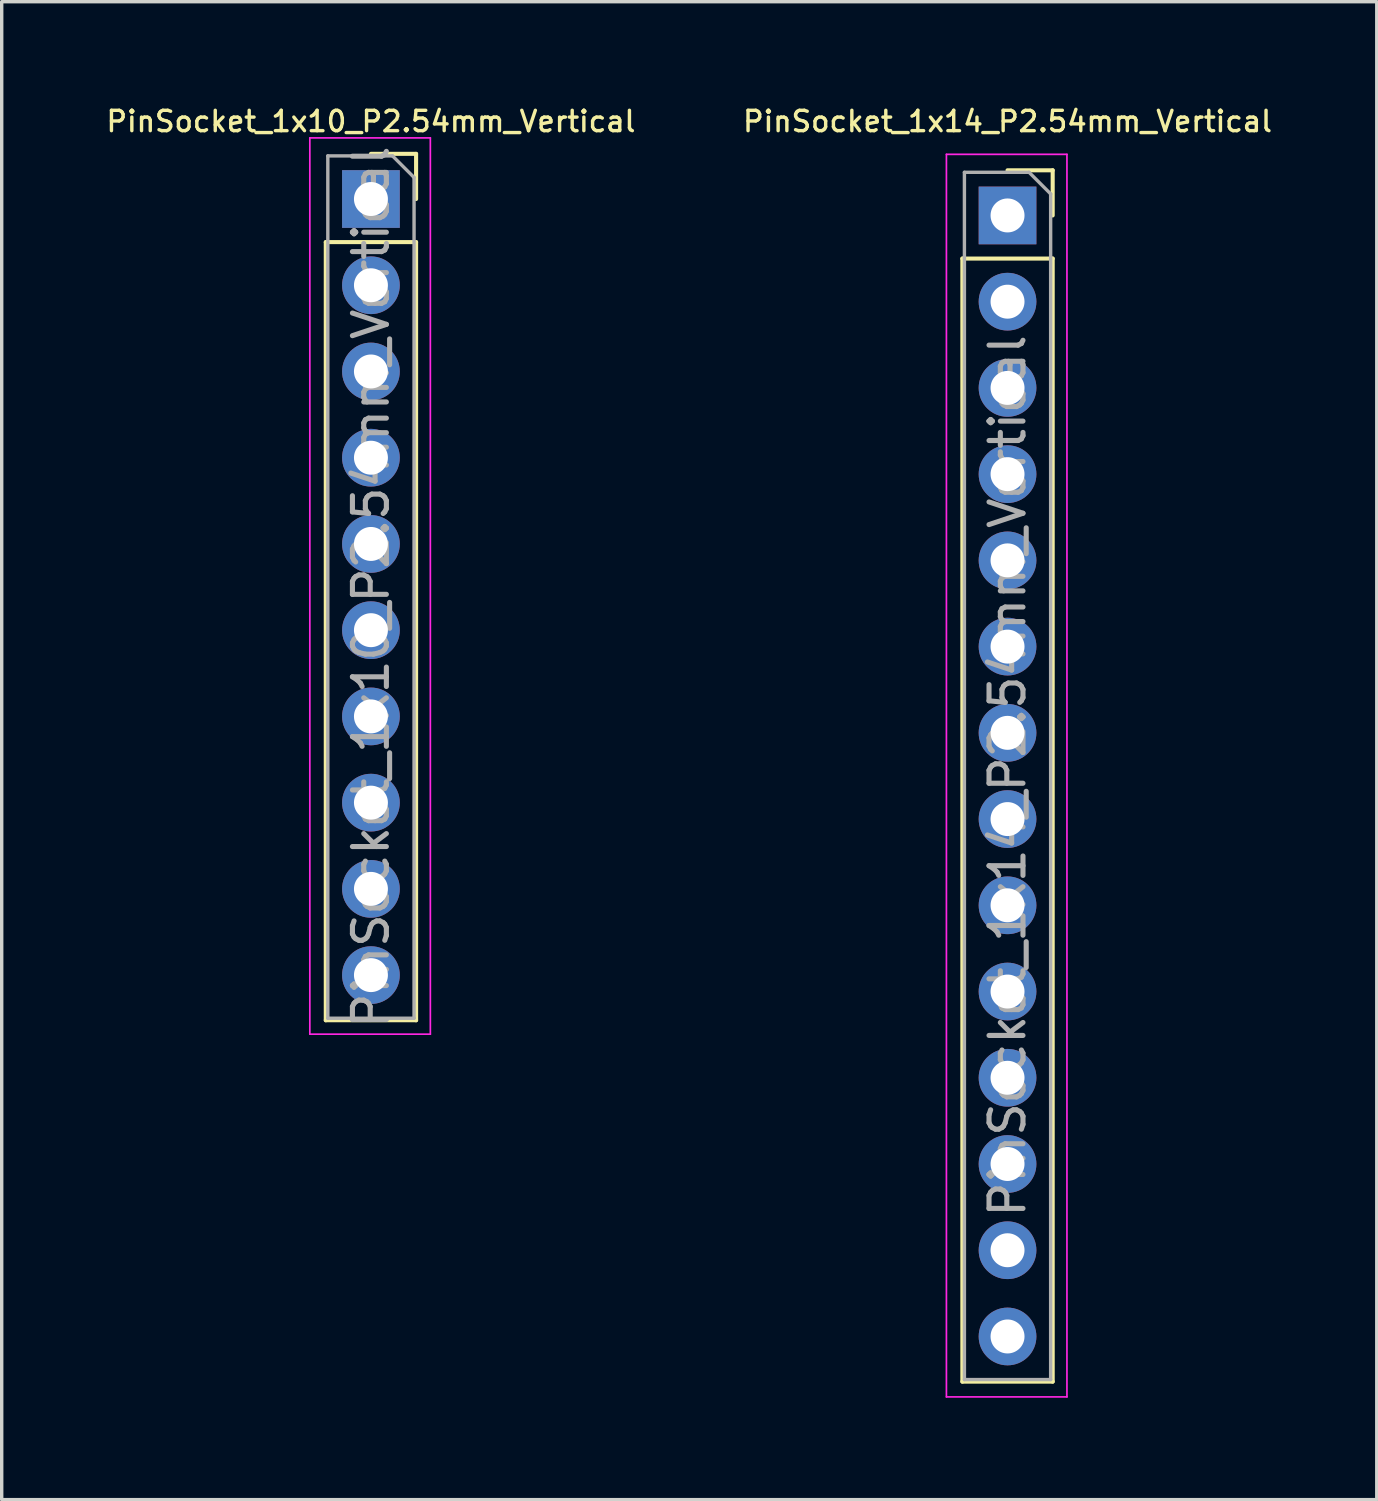
<source format=kicad_pcb>
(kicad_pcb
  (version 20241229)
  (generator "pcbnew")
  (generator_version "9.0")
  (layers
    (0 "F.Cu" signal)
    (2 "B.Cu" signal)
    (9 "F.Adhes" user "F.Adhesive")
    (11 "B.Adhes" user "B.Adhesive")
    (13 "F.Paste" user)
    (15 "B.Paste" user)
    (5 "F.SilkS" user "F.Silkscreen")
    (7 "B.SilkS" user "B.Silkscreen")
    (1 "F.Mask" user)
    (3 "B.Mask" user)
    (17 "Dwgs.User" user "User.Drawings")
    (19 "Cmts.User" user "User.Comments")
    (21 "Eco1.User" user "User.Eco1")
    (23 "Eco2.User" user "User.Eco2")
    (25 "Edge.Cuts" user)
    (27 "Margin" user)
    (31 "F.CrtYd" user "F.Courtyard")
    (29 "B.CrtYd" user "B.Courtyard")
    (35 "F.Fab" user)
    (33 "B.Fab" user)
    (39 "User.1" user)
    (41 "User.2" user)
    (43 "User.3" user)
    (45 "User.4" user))
  (footprint "PinSocket_1x10_P2.54mm_Vertical"
    (layer "F.Cu")
    (at 7.876 2.812)
    (property "Reference" "PinSocket_1x10_P2.54mm_Vertical" (at 0 -2.286 0) (layer "F.SilkS") (effects (font (size 0.6 0.6) (thickness 0.1) (bold yes))))
    (attr through_hole)
    (fp_line (start -1.33 1.27) (end -1.33 24.19) (stroke (width 0.12) (type solid)) (layer "F.SilkS"))
    (fp_line (start -1.33 1.27) (end 1.33 1.27) (stroke (width 0.12) (type solid)) (layer "F.SilkS"))
    (fp_line (start -1.33 24.19) (end 1.33 24.19) (stroke (width 0.12) (type solid)) (layer "F.SilkS"))
    (fp_line (start 0 -1.33) (end 1.33 -1.33) (stroke (width 0.12) (type solid)) (layer "F.SilkS"))
    (fp_line (start 1.33 -1.33) (end 1.33 0) (stroke (width 0.12) (type solid)) (layer "F.SilkS"))
    (fp_line (start 1.33 1.27) (end 1.33 24.19) (stroke (width 0.12) (type solid)) (layer "F.SilkS"))
    (fp_line (start -1.8 -1.8) (end 1.75 -1.8) (stroke (width 0.05) (type solid)) (layer "F.CrtYd"))
    (fp_line (start -1.8 24.6) (end -1.8 -1.8) (stroke (width 0.05) (type solid)) (layer "F.CrtYd"))
    (fp_line (start 1.75 -1.8) (end 1.75 24.6) (stroke (width 0.05) (type solid)) (layer "F.CrtYd"))
    (fp_line (start 1.75 24.6) (end -1.8 24.6) (stroke (width 0.05) (type solid)) (layer "F.CrtYd"))
    (fp_line (start -1.27 -1.27) (end 0.635 -1.27) (stroke (width 0.1) (type solid)) (layer "F.Fab"))
    (fp_line (start -1.27 24.13) (end -1.27 -1.27) (stroke (width 0.1) (type solid)) (layer "F.Fab"))
    (fp_line (start 0.635 -1.27) (end 1.27 -0.635) (stroke (width 0.1) (type solid)) (layer "F.Fab"))
    (fp_line (start 1.27 -0.635) (end 1.27 24.13) (stroke (width 0.1) (type solid)) (layer "F.Fab"))
    (fp_line (start 1.27 24.13) (end -1.27 24.13) (stroke (width 0.1) (type solid)) (layer "F.Fab"))
    (fp_text user "${REFERENCE}" (at 0 11.43 90) (layer "F.Fab") (effects (font (size 1 1) (thickness 0.15))))
    (pad "1" thru_hole rect (at 0 0) (size 1.7 1.7) (drill 1) (layers "*.Cu" "*.Mask"))
    (pad "2" thru_hole oval (at 0 2.54) (size 1.7 1.7) (drill 1) (layers "*.Cu" "*.Mask"))
    (pad "3" thru_hole oval (at 0 5.08) (size 1.7 1.7) (drill 1) (layers "*.Cu" "*.Mask"))
    (pad "4" thru_hole oval (at 0 7.62) (size 1.7 1.7) (drill 1) (layers "*.Cu" "*.Mask"))
    (pad "5" thru_hole oval (at 0 10.16) (size 1.7 1.7) (drill 1) (layers "*.Cu" "*.Mask"))
    (pad "6" thru_hole oval (at 0 12.7) (size 1.7 1.7) (drill 1) (layers "*.Cu" "*.Mask"))
    (pad "7" thru_hole oval (at 0 15.24) (size 1.7 1.7) (drill 1) (layers "*.Cu" "*.Mask"))
    (pad "8" thru_hole oval (at 0 17.78) (size 1.7 1.7) (drill 1) (layers "*.Cu" "*.Mask"))
    (pad "9" thru_hole oval (at 0 20.32) (size 1.7 1.7) (drill 1) (layers "*.Cu" "*.Mask"))
    (pad "10" thru_hole oval (at 0 22.86) (size 1.7 1.7) (drill 1) (layers "*.Cu" "*.Mask")))
  (footprint "PinSocket_1x14_P2.54mm_Vertical"
    (layer "F.Cu")
    (at 26.627 3.296)
    (property "Reference" "PinSocket_1x14_P2.54mm_Vertical" (at 0 -2.77 0) (layer "F.SilkS") (effects (font (size 0.6 0.6) (thickness 0.1))))
    (attr through_hole)
    (fp_line (start -1.33 1.27) (end -1.33 34.35) (stroke (width 0.12) (type solid)) (layer "F.SilkS"))
    (fp_line (start -1.33 1.27) (end 1.33 1.27) (stroke (width 0.12) (type solid)) (layer "F.SilkS"))
    (fp_line (start -1.33 34.35) (end 1.33 34.35) (stroke (width 0.12) (type solid)) (layer "F.SilkS"))
    (fp_line (start 0 -1.33) (end 1.33 -1.33) (stroke (width 0.12) (type solid)) (layer "F.SilkS"))
    (fp_line (start 1.33 -1.33) (end 1.33 0) (stroke (width 0.12) (type solid)) (layer "F.SilkS"))
    (fp_line (start 1.33 1.27) (end 1.33 34.35) (stroke (width 0.12) (type solid)) (layer "F.SilkS"))
    (fp_line (start -1.8 -1.8) (end 1.75 -1.8) (stroke (width 0.05) (type solid)) (layer "F.CrtYd"))
    (fp_line (start -1.8 34.8) (end -1.8 -1.8) (stroke (width 0.05) (type solid)) (layer "F.CrtYd"))
    (fp_line (start 1.75 -1.8) (end 1.75 34.8) (stroke (width 0.05) (type solid)) (layer "F.CrtYd"))
    (fp_line (start 1.75 34.8) (end -1.8 34.8) (stroke (width 0.05) (type solid)) (layer "F.CrtYd"))
    (fp_line (start -1.27 -1.27) (end 0.635 -1.27) (stroke (width 0.1) (type solid)) (layer "F.Fab"))
    (fp_line (start -1.27 34.29) (end -1.27 -1.27) (stroke (width 0.1) (type solid)) (layer "F.Fab"))
    (fp_line (start 0.635 -1.27) (end 1.27 -0.635) (stroke (width 0.1) (type solid)) (layer "F.Fab"))
    (fp_line (start 1.27 -0.635) (end 1.27 34.29) (stroke (width 0.1) (type solid)) (layer "F.Fab"))
    (fp_line (start 1.27 34.29) (end -1.27 34.29) (stroke (width 0.1) (type solid)) (layer "F.Fab"))
    (fp_text user "${REFERENCE}" (at 0 16.51 90) (layer "F.Fab") (effects (font (size 1 1) (thickness 0.15))))
    (pad "1" thru_hole rect (at 0 0) (size 1.7 1.7) (drill 1) (layers "*.Cu" "*.Mask"))
    (pad "2" thru_hole oval (at 0 2.54) (size 1.7 1.7) (drill 1) (layers "*.Cu" "*.Mask"))
    (pad "3" thru_hole oval (at 0 5.08) (size 1.7 1.7) (drill 1) (layers "*.Cu" "*.Mask"))
    (pad "4" thru_hole oval (at 0 7.62) (size 1.7 1.7) (drill 1) (layers "*.Cu" "*.Mask"))
    (pad "5" thru_hole oval (at 0 10.16) (size 1.7 1.7) (drill 1) (layers "*.Cu" "*.Mask"))
    (pad "6" thru_hole oval (at 0 12.7) (size 1.7 1.7) (drill 1) (layers "*.Cu" "*.Mask"))
    (pad "7" thru_hole oval (at 0 15.24) (size 1.7 1.7) (drill 1) (layers "*.Cu" "*.Mask"))
    (pad "8" thru_hole oval (at 0 17.78) (size 1.7 1.7) (drill 1) (layers "*.Cu" "*.Mask"))
    (pad "9" thru_hole oval (at 0 20.32) (size 1.7 1.7) (drill 1) (layers "*.Cu" "*.Mask"))
    (pad "10" thru_hole oval (at 0 22.86) (size 1.7 1.7) (drill 1) (layers "*.Cu" "*.Mask"))
    (pad "11" thru_hole oval (at 0 25.4) (size 1.7 1.7) (drill 1) (layers "*.Cu" "*.Mask"))
    (pad "12" thru_hole oval (at 0 27.94) (size 1.7 1.7) (drill 1) (layers "*.Cu" "*.Mask"))
    (pad "13" thru_hole oval (at 0 30.48) (size 1.7 1.7) (drill 1) (layers "*.Cu" "*.Mask"))
    (pad "14" thru_hole oval (at 0 33.02) (size 1.7 1.7) (drill 1) (layers "*.Cu" "*.Mask")))
  (gr_rect
    (start -3 -3)
    (end 37.503 41.121)
    (stroke (width 0.1) (type default))
    (fill no)
    (layer "Edge.Cuts")))
</source>
